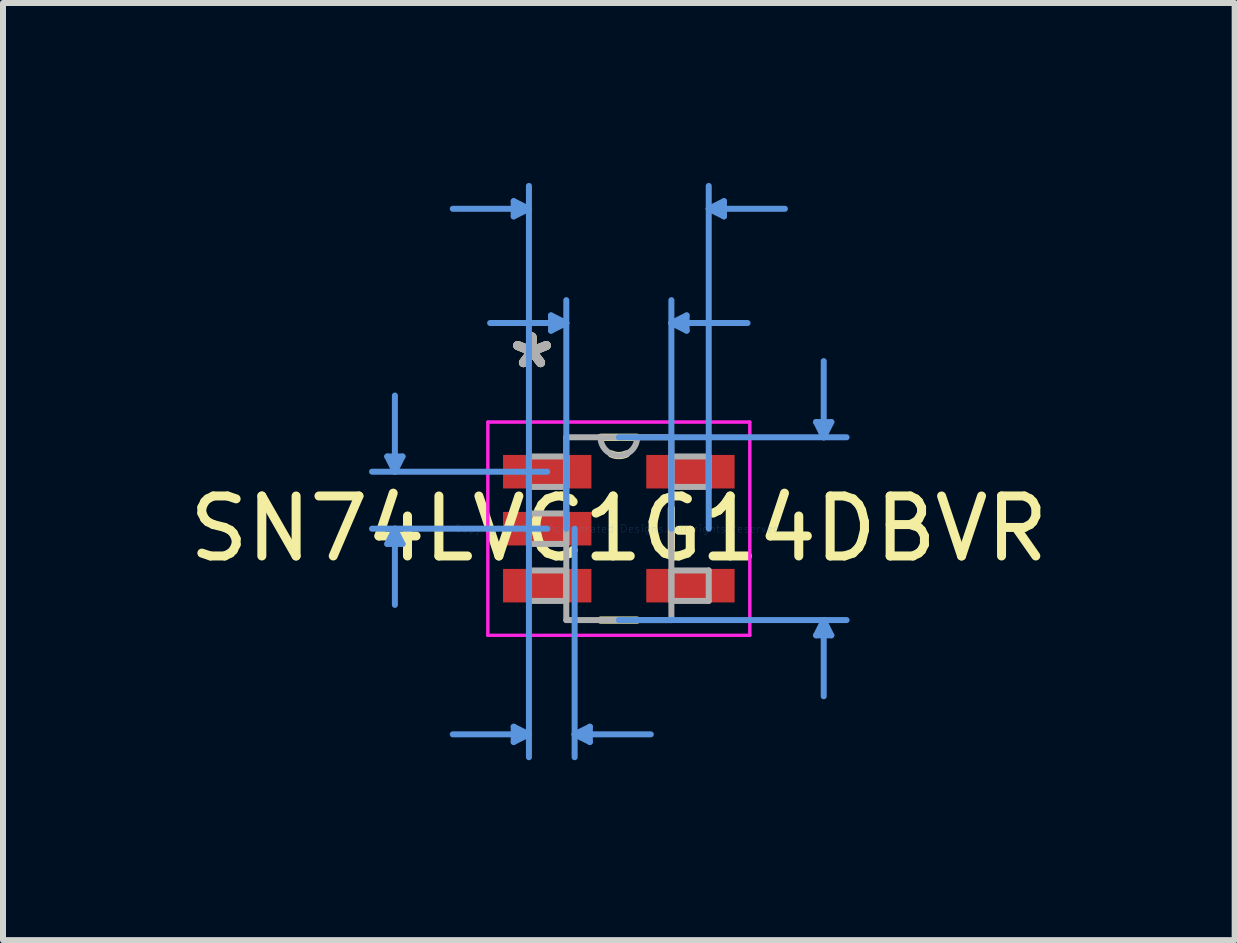
<source format=kicad_pcb>
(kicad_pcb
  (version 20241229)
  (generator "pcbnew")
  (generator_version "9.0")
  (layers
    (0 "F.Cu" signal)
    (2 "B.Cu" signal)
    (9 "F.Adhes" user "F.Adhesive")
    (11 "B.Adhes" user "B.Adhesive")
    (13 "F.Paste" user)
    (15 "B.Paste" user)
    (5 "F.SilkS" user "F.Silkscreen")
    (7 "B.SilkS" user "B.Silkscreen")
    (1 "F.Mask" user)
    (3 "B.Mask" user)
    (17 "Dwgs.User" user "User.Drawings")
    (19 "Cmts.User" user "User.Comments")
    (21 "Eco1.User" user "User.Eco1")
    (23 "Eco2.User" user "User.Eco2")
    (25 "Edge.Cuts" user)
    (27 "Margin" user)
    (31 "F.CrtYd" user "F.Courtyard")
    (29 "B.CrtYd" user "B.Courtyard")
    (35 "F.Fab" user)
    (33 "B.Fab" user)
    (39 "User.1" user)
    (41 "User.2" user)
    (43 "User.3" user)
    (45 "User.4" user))
  (footprint "SN74LVC1G14DBVR"
    (layer "F.Cu")
    (at 7.268 5.765)
    (property "Reference" "SN74LVC1G14DBVR" (at 0 0 0) (layer "F.SilkS") (effects (font (size 1 1) (thickness 0.15))))
    (attr through_hole)
    (fp_line (start -0.303 1.524) (end 0.303 1.524) (stroke (width 0.12) (type solid)) (layer "F.SilkS"))
    (fp_line (start 0.303 -1.524) (end -0.303 -1.524) (stroke (width 0.12) (type solid)) (layer "F.SilkS"))
    (fp_line (start 0.876 0.338) (end 0.876 -0.338) (stroke (width 0.12) (type solid)) (layer "F.SilkS"))
    (fp_arc (start 0.124872 -1.245953) (mid 0 -1.2192) (end -0.124872 -1.245953) (stroke (width 0.12) (type solid)) (layer "F.SilkS"))
    (fp_line (start -3.861 -1.204) (end -3.607 -1.204) (stroke (width 0.1) (type solid)) (layer "Cmts.User"))
    (fp_line (start -3.861 0.254) (end -3.607 0.254) (stroke (width 0.1) (type solid)) (layer "Cmts.User"))
    (fp_line (start -3.734 -0.95) (end -3.861 -1.204) (stroke (width 0.1) (type solid)) (layer "Cmts.User"))
    (fp_line (start -3.734 -0.95) (end -3.734 -2.22) (stroke (width 0.1) (type solid)) (layer "Cmts.User"))
    (fp_line (start -3.734 -0.95) (end -3.607 -1.204) (stroke (width 0.1) (type solid)) (layer "Cmts.User"))
    (fp_line (start -3.734 0) (end -3.861 0.254) (stroke (width 0.1) (type solid)) (layer "Cmts.User"))
    (fp_line (start -3.734 0) (end -3.734 1.27) (stroke (width 0.1) (type solid)) (layer "Cmts.User"))
    (fp_line (start -3.734 0) (end -3.607 0.254) (stroke (width 0.1) (type solid)) (layer "Cmts.User"))
    (fp_line (start -1.753 -5.461) (end -1.753 -5.207) (stroke (width 0.1) (type solid)) (layer "Cmts.User"))
    (fp_line (start -1.753 3.302) (end -1.753 3.556) (stroke (width 0.1) (type solid)) (layer "Cmts.User"))
    (fp_line (start -1.499 -5.334) (end -2.769 -5.334) (stroke (width 0.1) (type solid)) (layer "Cmts.User"))
    (fp_line (start -1.499 -5.334) (end -1.753 -5.461) (stroke (width 0.1) (type solid)) (layer "Cmts.User"))
    (fp_line (start -1.499 -5.334) (end -1.753 -5.207) (stroke (width 0.1) (type solid)) (layer "Cmts.User"))
    (fp_line (start -1.499 0) (end -1.499 -5.715) (stroke (width 0.1) (type solid)) (layer "Cmts.User"))
    (fp_line (start -1.499 0) (end -1.499 3.81) (stroke (width 0.1) (type solid)) (layer "Cmts.User"))
    (fp_line (start -1.499 3.429) (end -2.769 3.429) (stroke (width 0.1) (type solid)) (layer "Cmts.User"))
    (fp_line (start -1.499 3.429) (end -1.753 3.302) (stroke (width 0.1) (type solid)) (layer "Cmts.User"))
    (fp_line (start -1.499 3.429) (end -1.753 3.556) (stroke (width 0.1) (type solid)) (layer "Cmts.User"))
    (fp_line (start -1.194 -0.95) (end -4.115 -0.95) (stroke (width 0.1) (type solid)) (layer "Cmts.User"))
    (fp_line (start -1.194 0) (end -4.115 0) (stroke (width 0.1) (type solid)) (layer "Cmts.User"))
    (fp_line (start -1.13 -3.556) (end -1.13 -3.302) (stroke (width 0.1) (type solid)) (layer "Cmts.User"))
    (fp_line (start -0.876 -3.429) (end -2.146 -3.429) (stroke (width 0.1) (type solid)) (layer "Cmts.User"))
    (fp_line (start -0.876 -3.429) (end -1.13 -3.556) (stroke (width 0.1) (type solid)) (layer "Cmts.User"))
    (fp_line (start -0.876 -3.429) (end -1.13 -3.302) (stroke (width 0.1) (type solid)) (layer "Cmts.User"))
    (fp_line (start -0.876 0) (end -0.876 -3.81) (stroke (width 0.1) (type solid)) (layer "Cmts.User"))
    (fp_line (start -0.737 0) (end -0.737 3.81) (stroke (width 0.1) (type solid)) (layer "Cmts.User"))
    (fp_line (start -0.737 3.429) (end -0.483 3.302) (stroke (width 0.1) (type solid)) (layer "Cmts.User"))
    (fp_line (start -0.737 3.429) (end -0.483 3.556) (stroke (width 0.1) (type solid)) (layer "Cmts.User"))
    (fp_line (start -0.737 3.429) (end 0.533 3.429) (stroke (width 0.1) (type solid)) (layer "Cmts.User"))
    (fp_line (start -0.483 3.302) (end -0.483 3.556) (stroke (width 0.1) (type solid)) (layer "Cmts.User"))
    (fp_line (start 0 -1.524) (end 3.797 -1.524) (stroke (width 0.1) (type solid)) (layer "Cmts.User"))
    (fp_line (start 0 1.524) (end 3.797 1.524) (stroke (width 0.1) (type solid)) (layer "Cmts.User"))
    (fp_line (start 0.876 -3.429) (end 1.13 -3.556) (stroke (width 0.1) (type solid)) (layer "Cmts.User"))
    (fp_line (start 0.876 -3.429) (end 1.13 -3.302) (stroke (width 0.1) (type solid)) (layer "Cmts.User"))
    (fp_line (start 0.876 -3.429) (end 2.146 -3.429) (stroke (width 0.1) (type solid)) (layer "Cmts.User"))
    (fp_line (start 0.876 0) (end 0.876 -3.81) (stroke (width 0.1) (type solid)) (layer "Cmts.User"))
    (fp_line (start 1.13 -3.556) (end 1.13 -3.302) (stroke (width 0.1) (type solid)) (layer "Cmts.User"))
    (fp_line (start 1.499 -5.334) (end 1.753 -5.461) (stroke (width 0.1) (type solid)) (layer "Cmts.User"))
    (fp_line (start 1.499 -5.334) (end 1.753 -5.207) (stroke (width 0.1) (type solid)) (layer "Cmts.User"))
    (fp_line (start 1.499 -5.334) (end 2.769 -5.334) (stroke (width 0.1) (type solid)) (layer "Cmts.User"))
    (fp_line (start 1.499 0) (end 1.499 -5.715) (stroke (width 0.1) (type solid)) (layer "Cmts.User"))
    (fp_line (start 1.753 -5.461) (end 1.753 -5.207) (stroke (width 0.1) (type solid)) (layer "Cmts.User"))
    (fp_line (start 3.289 -1.778) (end 3.543 -1.778) (stroke (width 0.1) (type solid)) (layer "Cmts.User"))
    (fp_line (start 3.289 1.778) (end 3.543 1.778) (stroke (width 0.1) (type solid)) (layer "Cmts.User"))
    (fp_line (start 3.416 -1.524) (end 3.289 -1.778) (stroke (width 0.1) (type solid)) (layer "Cmts.User"))
    (fp_line (start 3.416 -1.524) (end 3.416 -2.794) (stroke (width 0.1) (type solid)) (layer "Cmts.User"))
    (fp_line (start 3.416 -1.524) (end 3.543 -1.778) (stroke (width 0.1) (type solid)) (layer "Cmts.User"))
    (fp_line (start 3.416 1.524) (end 3.289 1.778) (stroke (width 0.1) (type solid)) (layer "Cmts.User"))
    (fp_line (start 3.416 1.524) (end 3.416 2.794) (stroke (width 0.1) (type solid)) (layer "Cmts.User"))
    (fp_line (start 3.416 1.524) (end 3.543 1.778) (stroke (width 0.1) (type solid)) (layer "Cmts.User"))
    (fp_line (start -2.184 -1.778) (end 2.184 -1.778) (stroke (width 0.05) (type solid)) (layer "F.CrtYd"))
    (fp_line (start -2.184 -1.778) (end 2.184 -1.778) (stroke (width 0.05) (type solid)) (layer "F.CrtYd"))
    (fp_line (start -2.184 1.778) (end -2.184 -1.778) (stroke (width 0.05) (type solid)) (layer "F.CrtYd"))
    (fp_line (start -2.184 1.778) (end -2.184 -1.778) (stroke (width 0.05) (type solid)) (layer "F.CrtYd"))
    (fp_line (start 2.184 -1.778) (end 2.184 1.778) (stroke (width 0.05) (type solid)) (layer "F.CrtYd"))
    (fp_line (start 2.184 -1.778) (end 2.184 1.778) (stroke (width 0.05) (type solid)) (layer "F.CrtYd"))
    (fp_line (start 2.184 1.778) (end -2.184 1.778) (stroke (width 0.05) (type solid)) (layer "F.CrtYd"))
    (fp_line (start 2.184 1.778) (end -2.184 1.778) (stroke (width 0.05) (type solid)) (layer "F.CrtYd"))
    (fp_line (start -1.499 -1.204) (end -1.499 -0.696) (stroke (width 0.1) (type solid)) (layer "F.Fab"))
    (fp_line (start -1.499 -0.696) (end -0.876 -0.696) (stroke (width 0.1) (type solid)) (layer "F.Fab"))
    (fp_line (start -1.499 -0.254) (end -1.499 0.254) (stroke (width 0.1) (type solid)) (layer "F.Fab"))
    (fp_line (start -1.499 0.254) (end -0.876 0.254) (stroke (width 0.1) (type solid)) (layer "F.Fab"))
    (fp_line (start -1.499 0.696) (end -1.499 1.204) (stroke (width 0.1) (type solid)) (layer "F.Fab"))
    (fp_line (start -1.499 1.204) (end -0.876 1.204) (stroke (width 0.1) (type solid)) (layer "F.Fab"))
    (fp_line (start -0.876 -1.524) (end -0.876 1.524) (stroke (width 0.1) (type solid)) (layer "F.Fab"))
    (fp_line (start -0.876 -1.204) (end -1.499 -1.204) (stroke (width 0.1) (type solid)) (layer "F.Fab"))
    (fp_line (start -0.876 -0.696) (end -0.876 -1.204) (stroke (width 0.1) (type solid)) (layer "F.Fab"))
    (fp_line (start -0.876 -0.254) (end -1.499 -0.254) (stroke (width 0.1) (type solid)) (layer "F.Fab"))
    (fp_line (start -0.876 0.254) (end -0.876 -0.254) (stroke (width 0.1) (type solid)) (layer "F.Fab"))
    (fp_line (start -0.876 0.696) (end -1.499 0.696) (stroke (width 0.1) (type solid)) (layer "F.Fab"))
    (fp_line (start -0.876 1.204) (end -0.876 0.696) (stroke (width 0.1) (type solid)) (layer "F.Fab"))
    (fp_line (start -0.876 1.524) (end 0.876 1.524) (stroke (width 0.1) (type solid)) (layer "F.Fab"))
    (fp_line (start 0.876 -1.524) (end -0.876 -1.524) (stroke (width 0.1) (type solid)) (layer "F.Fab"))
    (fp_line (start 0.876 -1.204) (end 0.876 -0.696) (stroke (width 0.1) (type solid)) (layer "F.Fab"))
    (fp_line (start 0.876 -0.696) (end 1.499 -0.696) (stroke (width 0.1) (type solid)) (layer "F.Fab"))
    (fp_line (start 0.876 0.696) (end 0.876 1.204) (stroke (width 0.1) (type solid)) (layer "F.Fab"))
    (fp_line (start 0.876 1.204) (end 1.499 1.204) (stroke (width 0.1) (type solid)) (layer "F.Fab"))
    (fp_line (start 0.876 1.524) (end 0.876 -1.524) (stroke (width 0.1) (type solid)) (layer "F.Fab"))
    (fp_line (start 1.499 -1.204) (end 0.876 -1.204) (stroke (width 0.1) (type solid)) (layer "F.Fab"))
    (fp_line (start 1.499 -0.696) (end 1.499 -1.204) (stroke (width 0.1) (type solid)) (layer "F.Fab"))
    (fp_line (start 1.499 0.696) (end 0.876 0.696) (stroke (width 0.1) (type solid)) (layer "F.Fab"))
    (fp_line (start 1.499 1.204) (end 1.499 0.696) (stroke (width 0.1) (type solid)) (layer "F.Fab"))
    (fp_arc (start 0.3048 -1.524) (mid 0 -1.2192) (end -0.3048 -1.524) (stroke (width 0.1) (type solid)) (layer "F.Fab"))
    (fp_text user "*" (at -1.448 -2.652 0) (layer "F.SilkS") (effects (font (size 1 1) (thickness 0.15))))
    (fp_text user "*" (at -1.448 -2.652 0) (layer "F.SilkS") (effects (font (size 1 1) (thickness 0.15))))
    (fp_text user "Copyright 2021 Accelerated Designs. All rights reserved." (at 0 0 0) (layer "Cmts.User") (effects (font (size 0.127 0.127) (thickness 0.002))))
    (fp_text user "*" (at -1.448 -2.652 0) (layer "F.Fab") (effects (font (size 1 1) (thickness 0.15))))
    (fp_text user "*" (at -1.448 -2.652 0) (layer "F.Fab") (effects (font (size 1 1) (thickness 0.15))))
    (pad "1" smd rect (at -1.194 -0.95) (size 1.473 0.559) (layers "F.Cu" "F.Mask" "F.Paste"))
    (pad "2" smd rect (at -1.194 0) (size 1.473 0.559) (layers "F.Cu" "F.Mask" "F.Paste"))
    (pad "3" smd rect (at -1.194 0.95) (size 1.473 0.559) (layers "F.Cu" "F.Mask" "F.Paste"))
    (pad "4" smd rect (at 1.194 0.95) (size 1.473 0.559) (layers "F.Cu" "F.Mask" "F.Paste"))
    (pad "5" smd rect (at 1.194 -0.95) (size 1.473 0.559) (layers "F.Cu" "F.Mask" "F.Paste")))
  (gr_rect
    (start -3 -3)
    (end 17.536 12.625)
    (stroke (width 0.1) (type default))
    (fill no)
    (layer "Edge.Cuts")))
</source>
